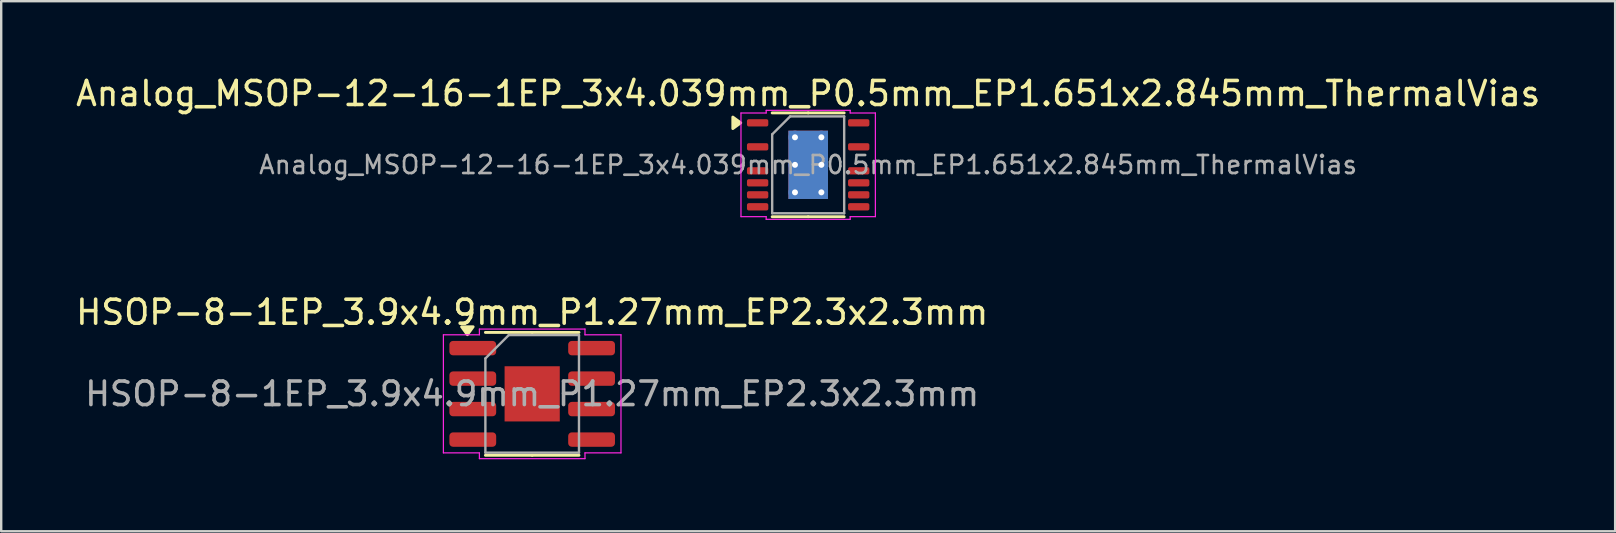
<source format=kicad_pcb>
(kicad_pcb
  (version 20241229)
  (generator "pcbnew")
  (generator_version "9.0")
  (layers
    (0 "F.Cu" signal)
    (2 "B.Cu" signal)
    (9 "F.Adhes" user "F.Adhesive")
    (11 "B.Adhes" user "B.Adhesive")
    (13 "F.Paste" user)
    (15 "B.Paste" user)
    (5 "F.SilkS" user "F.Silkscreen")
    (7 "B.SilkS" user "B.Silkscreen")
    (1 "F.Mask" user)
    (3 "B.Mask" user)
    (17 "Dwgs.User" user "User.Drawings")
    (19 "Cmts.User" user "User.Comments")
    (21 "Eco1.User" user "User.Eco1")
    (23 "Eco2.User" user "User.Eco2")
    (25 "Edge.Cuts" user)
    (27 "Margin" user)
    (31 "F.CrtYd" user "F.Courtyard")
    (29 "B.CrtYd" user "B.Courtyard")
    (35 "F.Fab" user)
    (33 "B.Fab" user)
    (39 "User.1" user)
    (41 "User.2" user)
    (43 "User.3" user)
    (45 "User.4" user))
  (footprint "Analog_MSOP-12-16-1EP_3x4.039mm_P0.5mm_EP1.651x2.845mm_ThermalVias"
    (layer "F.Cu")
    (at 30.625 3.818)
    (property "Reference" "Analog_MSOP-12-16-1EP_3x4.039mm_P0.5mm_EP1.651x2.845mm_ThermalVias" (at 0 -2.97 0) (layer "F.SilkS") (effects (font (size 1 1) (thickness 0.15))))
    (attr smd)
    (fp_line (start 0 -2.163) (end -1.5 -2.163) (stroke (width 0.12) (type solid)) (layer "F.SilkS"))
    (fp_line (start 0 -2.163) (end 1.5 -2.163) (stroke (width 0.12) (type solid)) (layer "F.SilkS"))
    (fp_line (start 0 2.163) (end -1.5 2.163) (stroke (width 0.12) (type solid)) (layer "F.SilkS"))
    (fp_line (start 0 2.163) (end 1.5 2.163) (stroke (width 0.12) (type solid)) (layer "F.SilkS"))
    (fp_poly (pts (xy -2.81 -1.75) (xy -3.14 -1.51) (xy -3.14 -1.99)) (stroke (width 0.12) (type solid)) (fill yes) (layer "F.SilkS"))
    (fp_line (start -2.8 -2.16) (end -1.75 -2.16) (stroke (width 0.05) (type solid)) (layer "F.CrtYd"))
    (fp_line (start -2.8 2.16) (end -2.8 -2.16) (stroke (width 0.05) (type solid)) (layer "F.CrtYd"))
    (fp_line (start -1.75 -2.27) (end 1.75 -2.27) (stroke (width 0.05) (type solid)) (layer "F.CrtYd"))
    (fp_line (start -1.75 -2.16) (end -1.75 -2.27) (stroke (width 0.05) (type solid)) (layer "F.CrtYd"))
    (fp_line (start -1.75 2.16) (end -2.8 2.16) (stroke (width 0.05) (type solid)) (layer "F.CrtYd"))
    (fp_line (start -1.75 2.27) (end -1.75 2.16) (stroke (width 0.05) (type solid)) (layer "F.CrtYd"))
    (fp_line (start 1.75 -2.27) (end 1.75 -2.16) (stroke (width 0.05) (type solid)) (layer "F.CrtYd"))
    (fp_line (start 1.75 -2.16) (end 2.8 -2.16) (stroke (width 0.05) (type solid)) (layer "F.CrtYd"))
    (fp_line (start 1.75 2.16) (end 1.75 2.27) (stroke (width 0.05) (type solid)) (layer "F.CrtYd"))
    (fp_line (start 1.75 2.27) (end -1.75 2.27) (stroke (width 0.05) (type solid)) (layer "F.CrtYd"))
    (fp_line (start 2.8 -2.16) (end 2.8 2.16) (stroke (width 0.05) (type solid)) (layer "F.CrtYd"))
    (fp_line (start 2.8 2.16) (end 1.75 2.16) (stroke (width 0.05) (type solid)) (layer "F.CrtYd"))
    (fp_line (start -1.5 -1.27) (end -0.75 -2.019) (stroke (width 0.1) (type solid)) (layer "F.Fab"))
    (fp_line (start -1.5 2.019) (end -1.5 -1.27) (stroke (width 0.1) (type solid)) (layer "F.Fab"))
    (fp_line (start -0.75 -2.019) (end 1.5 -2.019) (stroke (width 0.1) (type solid)) (layer "F.Fab"))
    (fp_line (start 1.5 -2.019) (end 1.5 2.019) (stroke (width 0.1) (type solid)) (layer "F.Fab"))
    (fp_line (start 1.5 2.019) (end -1.5 2.019) (stroke (width 0.1) (type solid)) (layer "F.Fab"))
    (fp_text user "${REFERENCE}" (at 0 0 0) (layer "F.Fab") (effects (font (size 0.75 0.75) (thickness 0.11))))
    (pad "" smd roundrect (at -0.415 -0.71) (size 0.69 1.19) (layers "F.Paste") (roundrect_rratio 0.25))
    (pad "" smd roundrect (at -0.415 0.71) (size 0.69 1.19) (layers "F.Paste") (roundrect_rratio 0.25))
    (pad "" smd roundrect (at 0.415 -0.71) (size 0.69 1.19) (layers "F.Paste") (roundrect_rratio 0.25))
    (pad "" smd roundrect (at 0.415 0.71) (size 0.69 1.19) (layers "F.Paste") (roundrect_rratio 0.25))
    (pad "1" smd roundrect (at -2.106 -1.75) (size 0.889 0.305) (layers "F.Cu" "F.Mask" "F.Paste") (roundrect_rratio 0.25))
    (pad "3" smd roundrect (at -2.106 -0.75) (size 0.889 0.305) (layers "F.Cu" "F.Mask" "F.Paste") (roundrect_rratio 0.25))
    (pad "5" smd roundrect (at -2.106 0.25) (size 0.889 0.305) (layers "F.Cu" "F.Mask" "F.Paste") (roundrect_rratio 0.25))
    (pad "6" smd roundrect (at -2.106 0.75) (size 0.889 0.305) (layers "F.Cu" "F.Mask" "F.Paste") (roundrect_rratio 0.25))
    (pad "7" smd roundrect (at -2.106 1.25) (size 0.889 0.305) (layers "F.Cu" "F.Mask" "F.Paste") (roundrect_rratio 0.25))
    (pad "8" smd roundrect (at -2.106 1.75) (size 0.889 0.305) (layers "F.Cu" "F.Mask" "F.Paste") (roundrect_rratio 0.25))
    (pad "9" smd roundrect (at 2.106 1.75) (size 0.889 0.305) (layers "F.Cu" "F.Mask" "F.Paste") (roundrect_rratio 0.25))
    (pad "10" smd roundrect (at 2.106 1.25) (size 0.889 0.305) (layers "F.Cu" "F.Mask" "F.Paste") (roundrect_rratio 0.25))
    (pad "11" smd roundrect (at 2.106 0.75) (size 0.889 0.305) (layers "F.Cu" "F.Mask" "F.Paste") (roundrect_rratio 0.25))
    (pad "12" smd roundrect (at 2.106 0.25) (size 0.889 0.305) (layers "F.Cu" "F.Mask" "F.Paste") (roundrect_rratio 0.25))
    (pad "14" smd roundrect (at 2.106 -0.75) (size 0.889 0.305) (layers "F.Cu" "F.Mask" "F.Paste") (roundrect_rratio 0.25))
    (pad "16" smd roundrect (at 2.106 -1.75) (size 0.889 0.305) (layers "F.Cu" "F.Mask" "F.Paste") (roundrect_rratio 0.25))
    (pad "17" thru_hole circle (at -0.55 -1.147) (size 0.55 0.55) (drill 0.25) (property pad_prop_heatsink) (layers "*.Cu"))
    (pad "17" thru_hole circle (at -0.55 0) (size 0.55 0.55) (drill 0.25) (property pad_prop_heatsink) (layers "*.Cu"))
    (pad "17" thru_hole circle (at -0.55 1.147) (size 0.55 0.55) (drill 0.25) (property pad_prop_heatsink) (layers "*.Cu"))
    (pad "17" smd rect (at 0 0) (size 1.651 2.845) (property pad_prop_heatsink) (layers "F.Cu" "F.Mask"))
    (pad "17" smd rect (at 0 0) (size 1.651 2.845) (property pad_prop_heatsink) (layers "B.Cu"))
    (pad "17" thru_hole circle (at 0.55 -1.147) (size 0.55 0.55) (drill 0.25) (property pad_prop_heatsink) (layers "*.Cu"))
    (pad "17" thru_hole circle (at 0.55 0) (size 0.55 0.55) (drill 0.25) (property pad_prop_heatsink) (layers "*.Cu"))
    (pad "17" thru_hole circle (at 0.55 1.147) (size 0.55 0.55) (drill 0.25) (property pad_prop_heatsink) (layers "*.Cu")))
  (footprint "HSOP-8-1EP_3.9x4.9mm_P1.27mm_EP2.3x2.3mm"
    (layer "F.Cu")
    (at 19.125 13.361)
    (property "Reference" "HSOP-8-1EP_3.9x4.9mm_P1.27mm_EP2.3x2.3mm" (at 0 -3.4 0) (layer "F.SilkS") (effects (font (size 1 1) (thickness 0.15))))
    (attr smd)
    (fp_line (start 0 -2.56) (end -1.95 -2.56) (stroke (width 0.12) (type solid)) (layer "F.SilkS"))
    (fp_line (start 0 -2.56) (end 1.95 -2.56) (stroke (width 0.12) (type solid)) (layer "F.SilkS"))
    (fp_line (start 0 2.56) (end -1.95 2.56) (stroke (width 0.12) (type solid)) (layer "F.SilkS"))
    (fp_line (start 0 2.56) (end 1.95 2.56) (stroke (width 0.12) (type solid)) (layer "F.SilkS"))
    (fp_poly (pts (xy -2.7 -2.465) (xy -2.94 -2.795) (xy -2.46 -2.795)) (stroke (width 0.12) (type solid)) (fill yes) (layer "F.SilkS"))
    (fp_line (start -3.7 -2.46) (end -2.2 -2.46) (stroke (width 0.05) (type solid)) (layer "F.CrtYd"))
    (fp_line (start -3.7 2.46) (end -3.7 -2.46) (stroke (width 0.05) (type solid)) (layer "F.CrtYd"))
    (fp_line (start -2.2 -2.7) (end 2.2 -2.7) (stroke (width 0.05) (type solid)) (layer "F.CrtYd"))
    (fp_line (start -2.2 -2.46) (end -2.2 -2.7) (stroke (width 0.05) (type solid)) (layer "F.CrtYd"))
    (fp_line (start -2.2 2.46) (end -3.7 2.46) (stroke (width 0.05) (type solid)) (layer "F.CrtYd"))
    (fp_line (start -2.2 2.7) (end -2.2 2.46) (stroke (width 0.05) (type solid)) (layer "F.CrtYd"))
    (fp_line (start 2.2 -2.7) (end 2.2 -2.46) (stroke (width 0.05) (type solid)) (layer "F.CrtYd"))
    (fp_line (start 2.2 -2.46) (end 3.7 -2.46) (stroke (width 0.05) (type solid)) (layer "F.CrtYd"))
    (fp_line (start 2.2 2.46) (end 2.2 2.7) (stroke (width 0.05) (type solid)) (layer "F.CrtYd"))
    (fp_line (start 2.2 2.7) (end -2.2 2.7) (stroke (width 0.05) (type solid)) (layer "F.CrtYd"))
    (fp_line (start 3.7 -2.46) (end 3.7 2.46) (stroke (width 0.05) (type solid)) (layer "F.CrtYd"))
    (fp_line (start 3.7 2.46) (end 2.2 2.46) (stroke (width 0.05) (type solid)) (layer "F.CrtYd"))
    (fp_line (start -1.95 -1.475) (end -0.975 -2.45) (stroke (width 0.1) (type solid)) (layer "F.Fab"))
    (fp_line (start -1.95 2.45) (end -1.95 -1.475) (stroke (width 0.1) (type solid)) (layer "F.Fab"))
    (fp_line (start -0.975 -2.45) (end 1.95 -2.45) (stroke (width 0.1) (type solid)) (layer "F.Fab"))
    (fp_line (start 1.95 -2.45) (end 1.95 2.45) (stroke (width 0.1) (type solid)) (layer "F.Fab"))
    (fp_line (start 1.95 2.45) (end -1.95 2.45) (stroke (width 0.1) (type solid)) (layer "F.Fab"))
    (fp_text user "${REFERENCE}" (at 0 0 0) (layer "F.Fab") (effects (font (size 0.98 0.98) (thickness 0.15))))
    (pad "" smd roundrect (at -0.575 -0.575) (size 0.93 0.93) (layers "F.Paste") (roundrect_rratio 0.25))
    (pad "" smd roundrect (at -0.575 0.575) (size 0.93 0.93) (layers "F.Paste") (roundrect_rratio 0.25))
    (pad "" smd roundrect (at 0.575 -0.575) (size 0.93 0.93) (layers "F.Paste") (roundrect_rratio 0.25))
    (pad "" smd roundrect (at 0.575 0.575) (size 0.93 0.93) (layers "F.Paste") (roundrect_rratio 0.25))
    (pad "1" smd roundrect (at -2.475 -1.905) (size 1.95 0.6) (layers "F.Cu" "F.Mask" "F.Paste") (roundrect_rratio 0.25))
    (pad "2" smd roundrect (at -2.475 -0.635) (size 1.95 0.6) (layers "F.Cu" "F.Mask" "F.Paste") (roundrect_rratio 0.25))
    (pad "3" smd roundrect (at -2.475 0.635) (size 1.95 0.6) (layers "F.Cu" "F.Mask" "F.Paste") (roundrect_rratio 0.25))
    (pad "4" smd roundrect (at -2.475 1.905) (size 1.95 0.6) (layers "F.Cu" "F.Mask" "F.Paste") (roundrect_rratio 0.25))
    (pad "5" smd roundrect (at 2.475 1.905) (size 1.95 0.6) (layers "F.Cu" "F.Mask" "F.Paste") (roundrect_rratio 0.25))
    (pad "6" smd roundrect (at 2.475 0.635) (size 1.95 0.6) (layers "F.Cu" "F.Mask" "F.Paste") (roundrect_rratio 0.25))
    (pad "7" smd roundrect (at 2.475 -0.635) (size 1.95 0.6) (layers "F.Cu" "F.Mask" "F.Paste") (roundrect_rratio 0.25))
    (pad "8" smd roundrect (at 2.475 -1.905) (size 1.95 0.6) (layers "F.Cu" "F.Mask" "F.Paste") (roundrect_rratio 0.25))
    (pad "9" smd rect (at 0 0) (size 2.3 2.3) (property pad_prop_heatsink) (layers "F.Cu" "F.Mask")))
  (gr_rect
    (start -3 -3)
    (end 64.25 19.087)
    (stroke (width 0.1) (type default))
    (fill no)
    (layer "Edge.Cuts")))
</source>
